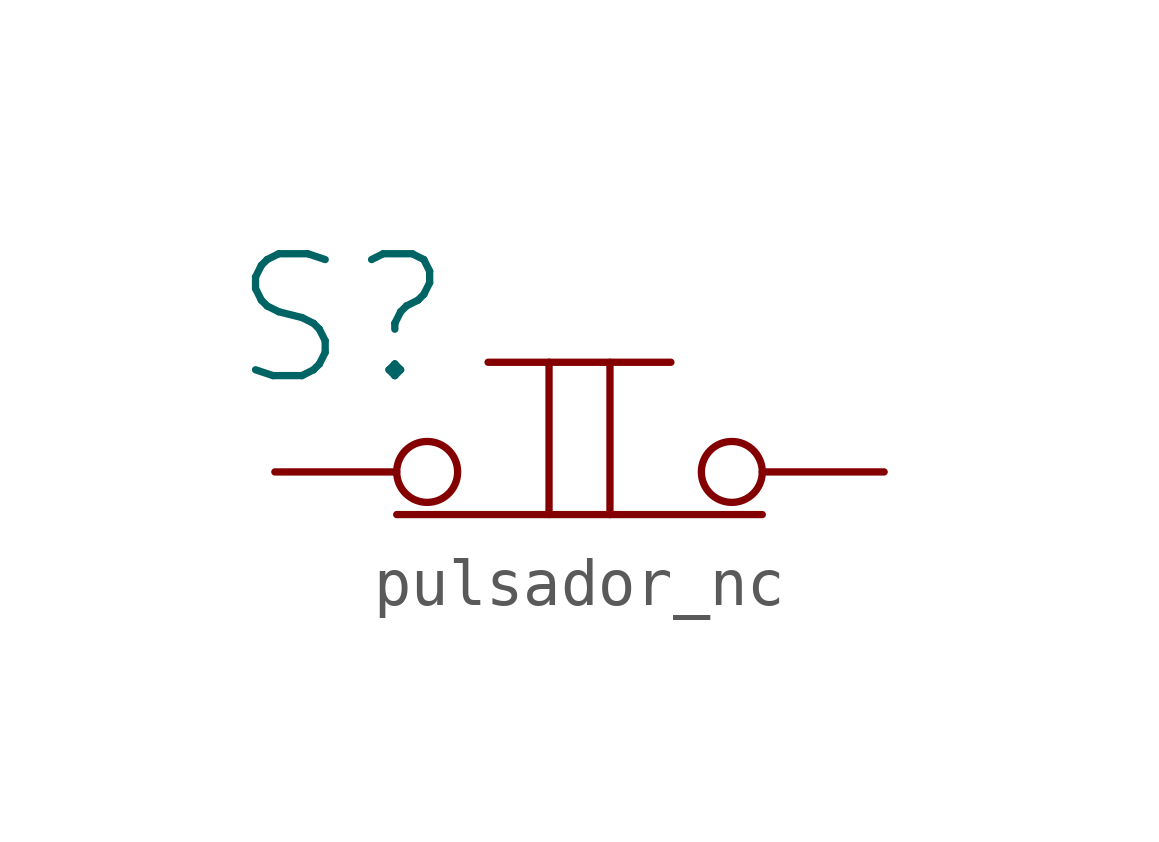
<source format=kicad_sym>
(kicad_symbol_lib
  (version 20220914)
  (generator kicad_symbol_editor)
  (symbol "pulsador_nc"
    (pin_names
      (offset 1.016))
    (property "Reference" "S"
      (at 3.81 3.175 0)
      (effects (font (size 2.54 2.54)) (justify right)))
    (symbol "pulsador_nc_0_0"
      (polyline (pts (xy 2.54 -0.889) (xy 10.16 -0.889)) (stroke (width 0) (type default)) (fill (type none)))
      (polyline (pts (xy 4.445 2.286) (xy 8.255 2.286)) (stroke (width 0) (type default)) (fill (type none)))
      (polyline (pts (xy 5.715 -0.889) (xy 5.715 2.286)) (stroke (width 0) (type default)) (fill (type none)))
      (polyline (pts (xy 6.985 -0.889) (xy 6.985 2.286)) (stroke (width 0) (type default)) (fill (type none)))
      (circle (center 3.175 0) (radius 0.635) (stroke (width 0) (type default)) (fill (type none)))
      (circle (center 9.525 0) (radius 0.635) (stroke (width 0) (type default)) (fill (type none))))
    (symbol "pulsador_nc_1_1"
      (pin input line (at 0 0 0) (length 2.54) (name "" (effects (font (size 1.27 1.27)))) (number "" (effects (font (size 1.143 1.143)))))
      (pin input line (at 12.7 0 180) (length 2.54) (name "" (effects (font (size 1.27 1.27)))) (number "" (effects (font (size 1.143 1.143))))))))
</source>
